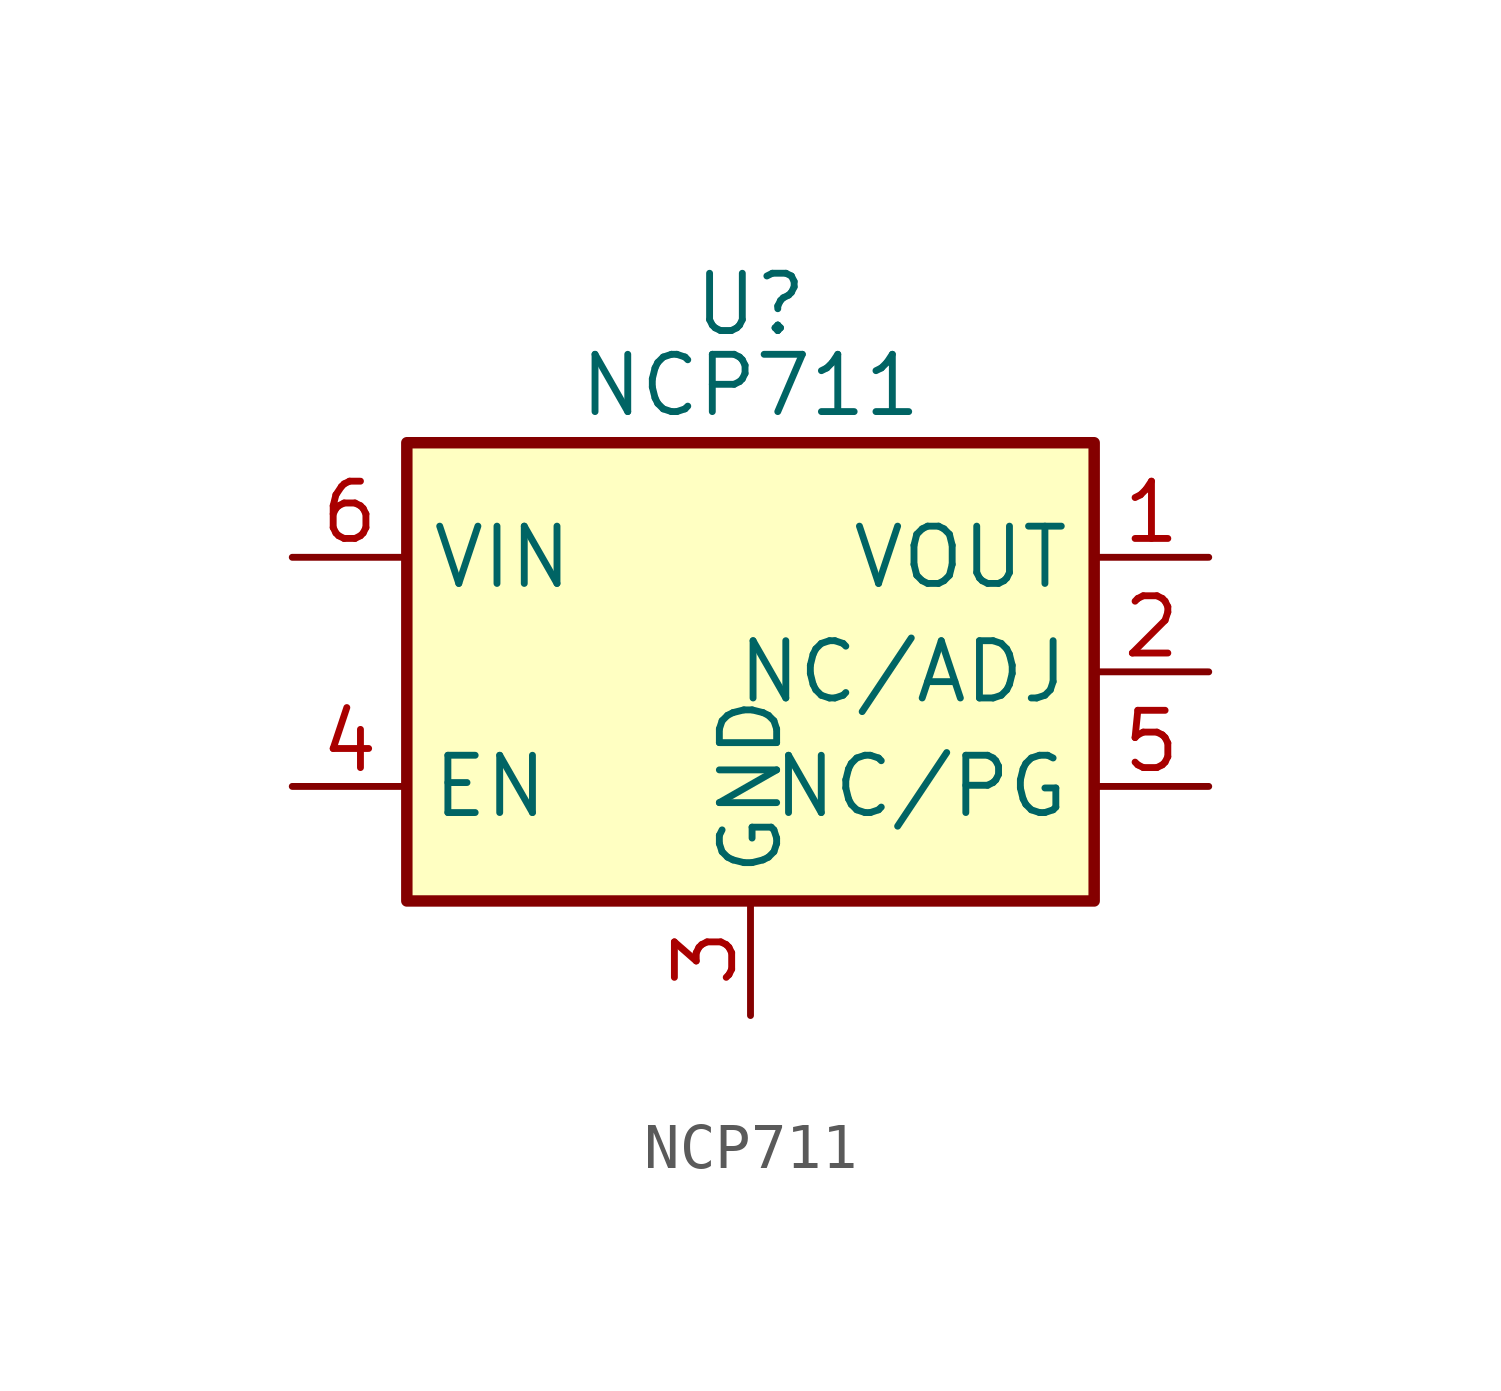
<source format=kicad_sym>
(kicad_symbol_lib
  (version 20220914)
  (generator kicad_symbol_editor)
  (symbol "NCP711"
    (property "Reference" "U"
      (at 0 8.89 0)
      (effects (font (size 1.27 1.27)) (justify top)))
    (property "Value" "NCP711"
      (at 0 6.35 0)
      (effects (font (size 1.27 1.27))))
    (symbol "NCP711_0_1"
      (rectangle (start -7.62 5.08) (end 7.62 -5.08) (stroke (width 0.254) (type default)) (fill (type background))))
    (symbol "NCP711_1_1"
      (pin power_out line (at 10.16 2.54 180) (length 2.54) (name "VOUT" (effects (font (size 1.27 1.27)))) (number "1" (effects (font (size 1.27 1.27)))))
      (pin input line (at 10.16 0 180) (length 2.54) (name "NC/ADJ" (effects (font (size 1.27 1.27)))) (number "2" (effects (font (size 1.27 1.27)))))
      (pin passive line (at 10.16 2.54 180) (length 2.54) hide (name "VOUT" (effects (font (size 1.27 1.27)))) (number "2" (effects (font (size 1.27 1.27)))))
      (pin power_in line (at 0 -7.62 90) (length 2.54) (name "GND" (effects (font (size 1.27 1.27)))) (number "3" (effects (font (size 1.27 1.27)))))
      (pin input line (at -10.16 -2.54 0) (length 2.54) (name "EN" (effects (font (size 1.27 1.27)))) (number "4" (effects (font (size 1.27 1.27)))))
      (pin passive line (at 10.16 -2.54 180) (length 2.54) (name "NC/PG" (effects (font (size 1.27 1.27)))) (number "5" (effects (font (size 1.27 1.27)))))
      (pin power_in line (at -10.16 2.54 0) (length 2.54) (name "VIN" (effects (font (size 1.27 1.27)))) (number "6" (effects (font (size 1.27 1.27)))))
      (pin passive line (at 0 -7.62 90) (length 2.54) hide (name "GND" (effects (font (size 1.27 1.27)))) (number "7" (effects (font (size 1.27 1.27))))))))
</source>
